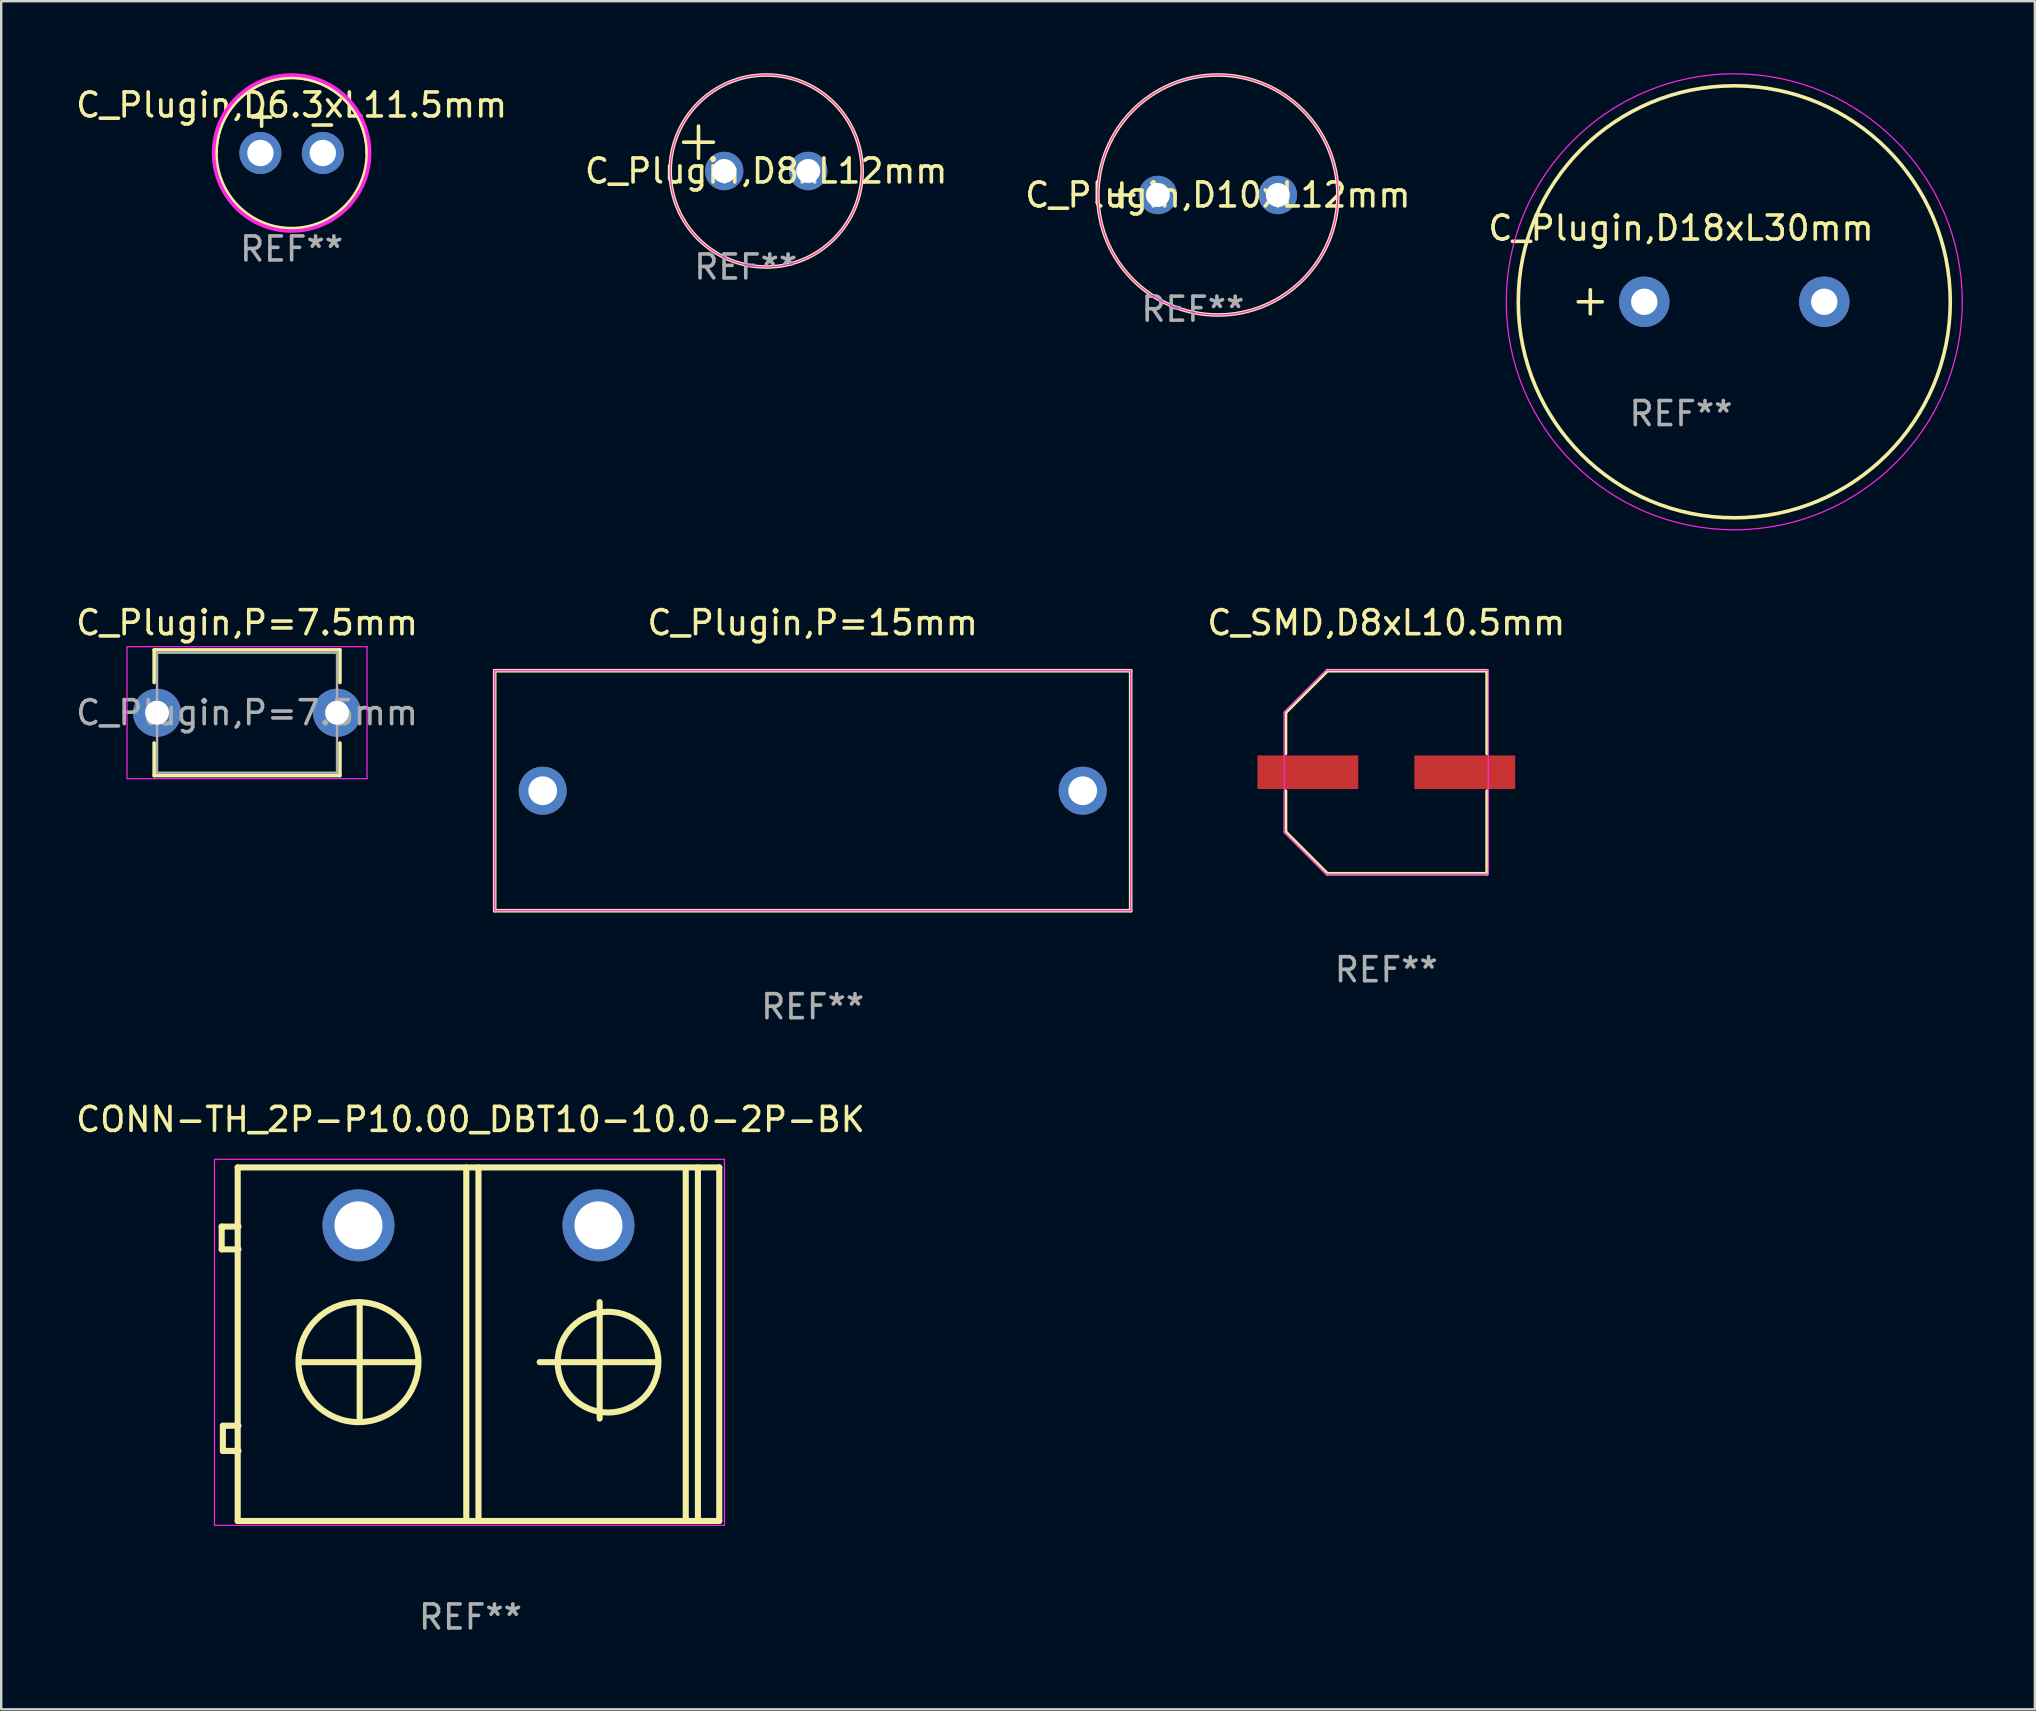
<source format=kicad_pcb>
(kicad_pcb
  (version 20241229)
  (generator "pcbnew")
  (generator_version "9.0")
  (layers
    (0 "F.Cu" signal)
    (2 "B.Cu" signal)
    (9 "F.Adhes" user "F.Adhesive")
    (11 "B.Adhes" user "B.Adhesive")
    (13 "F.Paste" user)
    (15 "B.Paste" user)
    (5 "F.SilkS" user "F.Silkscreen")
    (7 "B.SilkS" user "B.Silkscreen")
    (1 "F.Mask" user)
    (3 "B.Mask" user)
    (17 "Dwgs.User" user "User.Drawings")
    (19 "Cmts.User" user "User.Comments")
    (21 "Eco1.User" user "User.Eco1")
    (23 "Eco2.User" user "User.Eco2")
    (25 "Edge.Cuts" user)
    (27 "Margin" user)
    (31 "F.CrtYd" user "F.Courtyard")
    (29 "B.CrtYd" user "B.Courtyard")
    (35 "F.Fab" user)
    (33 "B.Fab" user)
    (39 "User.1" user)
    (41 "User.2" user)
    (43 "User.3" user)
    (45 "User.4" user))
  (footprint "C_Plugin,P=7.5mm"
    (layer "F.Cu")
    (at 3.494 26.648)
    (property "Reference" "C_Plugin,P=7.5mm" (at 3.75 -3.75 0) (layer "F.SilkS") (effects (font (size 1 1) (thickness 0.15))))
    (attr through_hole)
    (fp_line (start -0.12 -2.62) (end -0.12 -1.26) (stroke (width 0.15) (type solid)) (layer "F.SilkS"))
    (fp_line (start -0.12 -2.62) (end 7.62 -2.62) (stroke (width 0.15) (type solid)) (layer "F.SilkS"))
    (fp_line (start -0.12 1.26) (end -0.12 2.62) (stroke (width 0.15) (type solid)) (layer "F.SilkS"))
    (fp_line (start -0.12 2.62) (end 7.62 2.62) (stroke (width 0.15) (type solid)) (layer "F.SilkS"))
    (fp_line (start 7.62 -2.62) (end 7.62 -1.26) (stroke (width 0.15) (type solid)) (layer "F.SilkS"))
    (fp_line (start 7.62 1.26) (end 7.62 2.62) (stroke (width 0.15) (type solid)) (layer "F.SilkS"))
    (fp_line (start -1.25 -2.75) (end -1.25 2.75) (stroke (width 0.05) (type solid)) (layer "F.CrtYd"))
    (fp_line (start -1.25 2.75) (end 8.75 2.75) (stroke (width 0.05) (type solid)) (layer "F.CrtYd"))
    (fp_line (start 8.75 -2.75) (end -1.25 -2.75) (stroke (width 0.05) (type solid)) (layer "F.CrtYd"))
    (fp_line (start 8.75 2.75) (end 8.75 -2.75) (stroke (width 0.05) (type solid)) (layer "F.CrtYd"))
    (fp_line (start 0 -2.5) (end 0 2.5) (stroke (width 0.1) (type solid)) (layer "F.Fab"))
    (fp_line (start 0 2.5) (end 7.5 2.5) (stroke (width 0.1) (type solid)) (layer "F.Fab"))
    (fp_line (start 7.5 -2.5) (end 0 -2.5) (stroke (width 0.1) (type solid)) (layer "F.Fab"))
    (fp_line (start 7.5 2.5) (end 7.5 -2.5) (stroke (width 0.1) (type solid)) (layer "F.Fab"))
    (fp_text user "${REFERENCE}" (at 3.75 0 0) (layer "F.Fab") (effects (font (size 1 1) (thickness 0.15))))
    (pad "1" thru_hole circle (at 0 0) (size 2 2) (drill 1) (layers "*.Cu" "*.Mask"))
    (pad "2" thru_hole circle (at 7.5 0) (size 2 2) (drill 1) (layers "*.Cu" "*.Mask")))
  (footprint "C_Plugin,D18xL30mm"
    (layer "F.Cu")
    (at 69.214 9.525)
    (property "Reference" "C_Plugin,D18xL30mm" (at -2.22 -3.07 0) (layer "F.SilkS") (effects (font (size 1 1) (thickness 0.15))))
    (attr through_hole)
    (fp_line (start -6 0.5) (end -6 -0.5) (stroke (width 0.15) (type solid)) (layer "F.SilkS"))
    (fp_line (start -5.5 0) (end -6.5 0) (stroke (width 0.15) (type solid)) (layer "F.SilkS"))
    (fp_circle (center 0 0) (end 9 0) (stroke (width 0.15) (type solid)) (fill no) (layer "F.SilkS"))
    (fp_circle (center 0 0) (end 9.5 0) (stroke (width 0.05) (type default)) (fill no) (layer "F.CrtYd"))
    (fp_text user "REF**" (at -2.22 4.66 0) (layer "F.Fab") (effects (font (size 1 1) (thickness 0.15))))
    (pad "1" thru_hole circle (at -3.75 0) (size 2.1 2.1) (drill 1.1) (layers "*.Cu" "*.Mask"))
    (pad "2" thru_hole circle (at 3.75 0) (size 2.1 2.1) (drill 1.1) (layers "*.Cu" "*.Mask")))
  (footprint "C_Plugin,P=15mm"
    (layer "F.Cu")
    (at 30.813 29.898)
    (property "Reference" "C_Plugin,P=15mm" (at 0 -7 0) (layer "F.SilkS") (effects (font (size 1 1) (thickness 0.15))))
    (attr through_hole)
    (fp_line (start -13.25 -5) (end 13.25 -5) (stroke (width 0.15) (type solid)) (layer "F.SilkS"))
    (fp_line (start -13.25 5) (end -13.25 -5) (stroke (width 0.15) (type solid)) (layer "F.SilkS"))
    (fp_line (start 13.25 -5) (end 13.25 5) (stroke (width 0.15) (type solid)) (layer "F.SilkS"))
    (fp_line (start 13.25 5) (end -13.25 5) (stroke (width 0.15) (type solid)) (layer "F.SilkS"))
    (fp_line (start -13.25 -5) (end -13.25 5) (stroke (width 0.05) (type default)) (layer "F.CrtYd"))
    (fp_line (start -13.25 5) (end 13.25 5) (stroke (width 0.05) (type default)) (layer "F.CrtYd"))
    (fp_line (start 13.25 -5) (end -13.25 -5) (stroke (width 0.05) (type default)) (layer "F.CrtYd"))
    (fp_line (start 13.25 5) (end 13.25 -5) (stroke (width 0.05) (type default)) (layer "F.CrtYd"))
    (fp_text user "REF**" (at 0 9 0) (layer "F.Fab") (effects (font (size 1 1) (thickness 0.15))))
    (pad "1" thru_hole circle (at -11.25 0) (size 2 2) (drill 1.2) (layers "*.Cu" "*.Mask"))
    (pad "2" thru_hole circle (at 11.25 0) (size 2 2) (drill 1.2) (layers "*.Cu" "*.Mask")))
  (footprint "C_Plugin,D8xL12mm"
    (layer "F.Cu")
    (at 28.875 4.075)
    (property "Reference" "C_Plugin,D8xL12mm" (at 0 0 0) (layer "F.SilkS") (effects (font (size 1 1) (thickness 0.15))))
    (attr through_hole)
    (fp_line (start -2.82 -0.53) (end -2.82 -1.87) (stroke (width 0.15) (type solid)) (layer "F.SilkS"))
    (fp_line (start -2.2 -1.2) (end -3.44 -1.2) (stroke (width 0.15) (type solid)) (layer "F.SilkS"))
    (fp_circle (center 0 0) (end 0 -4) (stroke (width 0.15) (type default)) (fill no) (layer "F.SilkS"))
    (fp_circle (center 0 0) (end 0 -4) (stroke (width 0.05) (type default)) (fill no) (layer "F.CrtYd"))
    (fp_text user "REF**" (at -0.85 4 0) (layer "F.Fab") (effects (font (size 1 1) (thickness 0.15))))
    (pad "1" thru_hole circle (at -1.75 0) (size 1.6 1.6) (drill 1) (layers "*.Cu" "*.Mask"))
    (pad "2" thru_hole circle (at 1.75 0) (size 1.6 1.6) (drill 1) (layers "*.Cu" "*.Mask")))
  (footprint "C_SMD,D8xL10.5mm"
    (layer "F.Cu")
    (at 54.715 29.128)
    (property "Reference" "C_SMD,D8xL10.5mm" (at 0 -6.23 0) (layer "F.SilkS") (effects (font (size 1 1) (thickness 0.15))))
    (attr smd)
    (fp_line (start -4.2 -2.49) (end -4.2 -0.78) (stroke (width 0.15) (type solid)) (layer "F.SilkS"))
    (fp_line (start -4.2 2.49) (end -4.2 0.78) (stroke (width 0.15) (type solid)) (layer "F.SilkS"))
    (fp_line (start -2.46 -4.23) (end -4.2 -2.49) (stroke (width 0.15) (type solid)) (layer "F.SilkS"))
    (fp_line (start -2.46 4.23) (end -4.2 2.49) (stroke (width 0.15) (type solid)) (layer "F.SilkS"))
    (fp_line (start 4.2 -4.23) (end -2.46 -4.23) (stroke (width 0.15) (type solid)) (layer "F.SilkS"))
    (fp_line (start 4.2 -0.78) (end 4.2 -4.23) (stroke (width 0.15) (type solid)) (layer "F.SilkS"))
    (fp_line (start 4.2 0.78) (end 4.2 4.23) (stroke (width 0.15) (type solid)) (layer "F.SilkS"))
    (fp_line (start 4.2 4.23) (end -2.46 4.23) (stroke (width 0.15) (type solid)) (layer "F.SilkS"))
    (fp_line (start -4.25 -2.5) (end -2.5 -4.25) (stroke (width 0.05) (type default)) (layer "F.CrtYd"))
    (fp_line (start -4.25 2.5) (end -4.25 -2.5) (stroke (width 0.05) (type default)) (layer "F.CrtYd"))
    (fp_line (start -2.5 -4.25) (end 4.25 -4.25) (stroke (width 0.05) (type default)) (layer "F.CrtYd"))
    (fp_line (start -2.5 4.25) (end -4.25 2.5) (stroke (width 0.05) (type default)) (layer "F.CrtYd"))
    (fp_line (start 4.25 -4.25) (end 4.25 4.25) (stroke (width 0.05) (type default)) (layer "F.CrtYd"))
    (fp_line (start 4.25 4.25) (end -2.5 4.25) (stroke (width 0.05) (type default)) (layer "F.CrtYd"))
    (fp_text user "REF**" (at 0 8.23 0) (layer "F.Fab") (effects (font (size 1 1) (thickness 0.15))))
    (pad "1" smd rect (at -3.27 0) (size 4.2 1.4) (layers "F.Cu" "F.Mask" "F.Paste"))
    (pad "2" smd rect (at 3.27 0) (size 4.2 1.4) (layers "F.Cu" "F.Mask" "F.Paste")))
  (footprint "CONN-TH_2P-P10.00_DBT10-10.0-2P-BK"
    (layer "F.Cu")
    (at 16.887 48.008)
    (property "Reference" "CONN-TH_2P-P10.00_DBT10-10.0-2P-BK" (at -0.333 -4.413 0) (layer "F.SilkS") (effects (font (size 1 1) (thickness 0.15))))
    (attr through_hole)
    (fp_line (start -10.7 0.05) (end -10.7 1) (stroke (width 0.254) (type solid)) (layer "F.SilkS"))
    (fp_line (start -10.7 1) (end -10 1) (stroke (width 0.254) (type solid)) (layer "F.SilkS"))
    (fp_line (start -10.65 8.35) (end -10.65 9.4) (stroke (width 0.254) (type solid)) (layer "F.SilkS"))
    (fp_line (start -10.65 9.4) (end -10 9.4) (stroke (width 0.254) (type solid)) (layer "F.SilkS"))
    (fp_line (start -10.033 -2.413) (end -10.033 12.319) (stroke (width 0.254) (type solid)) (layer "F.SilkS"))
    (fp_line (start -10.033 12.319) (end 10.033 12.319) (stroke (width 0.254) (type solid)) (layer "F.SilkS"))
    (fp_line (start -10 0.05) (end -10.7 0.05) (stroke (width 0.254) (type solid)) (layer "F.SilkS"))
    (fp_line (start -10 8.35) (end -10.65 8.35) (stroke (width 0.254) (type solid)) (layer "F.SilkS"))
    (fp_line (start -7.45 5.7) (end -2.55 5.7) (stroke (width 0.254) (type solid)) (layer "F.SilkS"))
    (fp_line (start -4.95 3.2) (end -4.95 8.05) (stroke (width 0.254) (type solid)) (layer "F.SilkS"))
    (fp_line (start -0.508 -2.413) (end -0.508 12.237) (stroke (width 0.254) (type solid)) (layer "F.SilkS"))
    (fp_line (start 0 -2.413) (end 0 12.187) (stroke (width 0.254) (type solid)) (layer "F.SilkS"))
    (fp_line (start 2.55 5.7) (end 7.45 5.7) (stroke (width 0.254) (type solid)) (layer "F.SilkS"))
    (fp_line (start 5.05 3.2) (end 5.05 8.05) (stroke (width 0.254) (type solid)) (layer "F.SilkS"))
    (fp_line (start 8.636 -2.352) (end 8.636 12.298) (stroke (width 0.254) (type solid)) (layer "F.SilkS"))
    (fp_line (start 9.144 -2.413) (end 9.144 12.187) (stroke (width 0.254) (type solid)) (layer "F.SilkS"))
    (fp_line (start 10.033 -2.413) (end -10.033 -2.413) (stroke (width 0.254) (type solid)) (layer "F.SilkS"))
    (fp_line (start 10.033 12.319) (end 10.033 -2.413) (stroke (width 0.254) (type solid)) (layer "F.SilkS"))
    (fp_circle (center -10 12.25) (end -9.978 12.25) (stroke (width 0.06) (type solid)) (fill no) (layer "F.SilkS"))
    (fp_circle (center -5 5.7) (end -2.501 5.7) (stroke (width 0.254) (type solid)) (fill no) (layer "F.SilkS"))
    (fp_circle (center 5.4 5.7) (end 7.499 5.7) (stroke (width 0.254) (type solid)) (fill no) (layer "F.SilkS"))
    (fp_line (start -11 -2.75) (end 10.25 -2.75) (stroke (width 0.05) (type default)) (layer "F.CrtYd"))
    (fp_line (start -11 12.5) (end -11 -2.75) (stroke (width 0.05) (type default)) (layer "F.CrtYd"))
    (fp_line (start 10.25 -2.75) (end 10.25 12.5) (stroke (width 0.05) (type default)) (layer "F.CrtYd"))
    (fp_line (start 10.25 12.5) (end -11 12.5) (stroke (width 0.05) (type default)) (layer "F.CrtYd"))
    (fp_text user "REF**" (at -0.333 16.319 0) (layer "F.Fab") (effects (font (size 1 1) (thickness 0.15))))
    (pad "1" thru_hole circle (at -5 0) (size 3 3) (drill 2) (layers "*.Cu" "*.Mask"))
    (pad "2" thru_hole circle (at 5 0) (size 3 3) (drill 2) (layers "*.Cu" "*.Mask")))
  (footprint "C_Plugin,D6.3xL11.5mm"
    (layer "F.Cu")
    (at 9.101 3.325)
    (property "Reference" "C_Plugin,D6.3xL11.5mm" (at 0 -2 0) (layer "F.SilkS") (effects (font (size 1 1) (thickness 0.15))))
    (attr through_hole)
    (fp_arc (start -3.15 0) (mid 0 -3.15) (end 3.15 0) (stroke (width 0.15) (type solid)) (layer "F.SilkS"))
    (fp_circle (center 0 0) (end 3.15 0) (stroke (width 0.15) (type solid)) (fill no) (layer "F.SilkS"))
    (fp_circle (center 0 0) (end 0 -3.25) (stroke (width 0.15) (type default)) (fill no) (layer "F.CrtYd"))
    (fp_text user "+" (at -1.25 -1.57 0) (layer "F.SilkS") (effects (font (size 1 1) (thickness 0.15))))
    (fp_text user "-" (at 1.28 -1.24 0) (layer "F.SilkS") (effects (font (size 1 1) (thickness 0.15))))
    (fp_text user "REF**" (at 0 4 0) (layer "F.Fab") (effects (font (size 1 1) (thickness 0.15))))
    (pad "1" thru_hole circle (at -1.3 0) (size 1.75 1.75) (drill 1.1) (layers "*.Cu" "*.Mask"))
    (pad "2" thru_hole circle (at 1.3 0) (size 1.75 1.75) (drill 1.1) (layers "*.Cu" "*.Mask")))
  (footprint "C_Plugin,D10xL12mm"
    (layer "F.Cu")
    (at 47.696 5.075)
    (property "Reference" "C_Plugin,D10xL12mm" (at 0 0 0) (layer "F.SilkS") (effects (font (size 1 1) (thickness 0.15))))
    (attr through_hole)
    (fp_line (start -4.5 0) (end -3.5 0) (stroke (width 0.15) (type solid)) (layer "F.SilkS"))
    (fp_line (start -4 -0.5) (end -4 0.5) (stroke (width 0.15) (type solid)) (layer "F.SilkS"))
    (fp_circle (center 0 0) (end 5 0) (stroke (width 0.15) (type solid)) (fill no) (layer "F.SilkS"))
    (fp_circle (center 0 0) (end 0 -5) (stroke (width 0.05) (type default)) (fill no) (layer "F.CrtYd"))
    (fp_text user "REF**" (at -1.04 4.76 0) (layer "F.Fab") (effects (font (size 1 1) (thickness 0.15))))
    (pad "1" thru_hole circle (at -2.5 0) (size 1.6 1.6) (drill 1) (layers "*.Cu" "*.Mask"))
    (pad "2" thru_hole circle (at 2.5 0) (size 1.6 1.6) (drill 1) (layers "*.Cu" "*.Mask")))
  (gr_rect
    (start -3 -3)
    (end 81.739 68.175)
    (stroke (width 0.1) (type default))
    (fill no)
    (layer "Edge.Cuts")))
</source>
